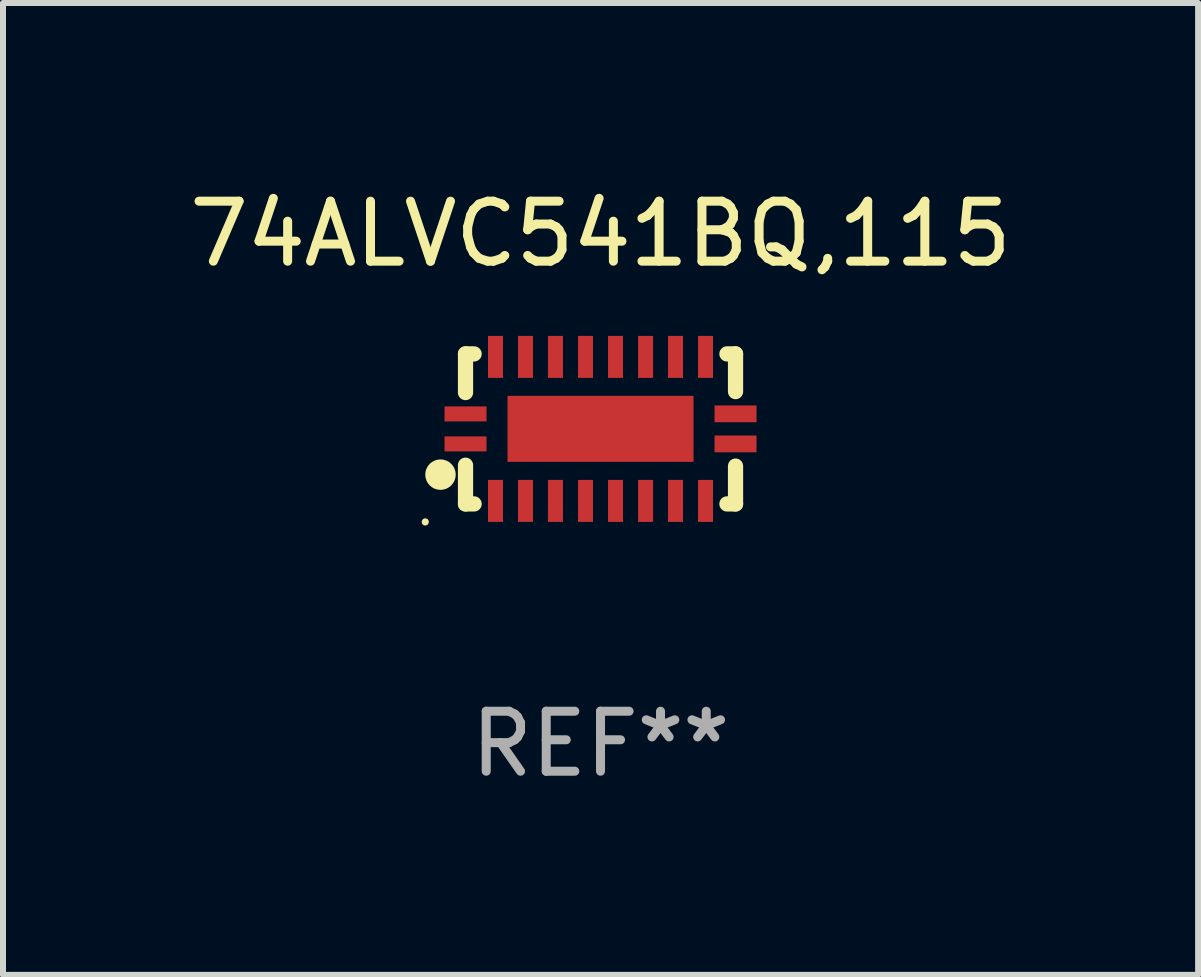
<source format=kicad_pcb>
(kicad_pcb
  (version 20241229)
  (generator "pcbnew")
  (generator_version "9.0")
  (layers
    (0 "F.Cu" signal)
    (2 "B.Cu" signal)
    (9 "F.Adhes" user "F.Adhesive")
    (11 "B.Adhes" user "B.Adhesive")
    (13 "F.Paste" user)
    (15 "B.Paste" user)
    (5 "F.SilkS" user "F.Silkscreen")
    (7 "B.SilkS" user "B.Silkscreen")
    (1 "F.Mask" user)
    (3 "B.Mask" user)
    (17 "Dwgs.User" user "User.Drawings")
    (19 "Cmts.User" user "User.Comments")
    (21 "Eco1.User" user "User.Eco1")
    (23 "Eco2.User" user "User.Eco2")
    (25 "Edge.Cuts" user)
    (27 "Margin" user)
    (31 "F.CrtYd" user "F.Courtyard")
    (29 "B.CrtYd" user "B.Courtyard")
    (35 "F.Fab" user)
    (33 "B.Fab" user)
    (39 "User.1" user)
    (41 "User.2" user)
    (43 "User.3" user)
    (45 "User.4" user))
  (footprint "74ALVC541BQ,115"
    (layer "F.Cu")
    (at 6.958 4.098)
    (property "Reference" "74ALVC541BQ,115" (at 0 -3.25 0) (layer "F.SilkS") (effects (font (size 1 1) (thickness 0.15))))
    (attr through_hole)
    (fp_line (start -2.25 0.605) (end -2.25 1.25) (stroke (width 0.254) (type solid)) (layer "F.SilkS"))
    (fp_line (start -2.25 1.25) (end -2.107 1.25) (stroke (width 0.254) (type solid)) (layer "F.SilkS"))
    (fp_line (start -2.25 -1.25) (end -2.25 -0.606) (stroke (width 0.254) (type solid)) (layer "F.SilkS"))
    (fp_line (start -2.25 -1.25) (end -2.107 -1.25) (stroke (width 0.254) (type solid)) (layer "F.SilkS"))
    (fp_line (start 2.107 -1.25) (end 2.25 -1.25) (stroke (width 0.254) (type solid)) (layer "F.SilkS"))
    (fp_line (start 2.107 1.25) (end 2.25 1.25) (stroke (width 0.254) (type solid)) (layer "F.SilkS"))
    (fp_line (start 2.25 -1.25) (end 2.25 -0.622) (stroke (width 0.254) (type solid)) (layer "F.SilkS"))
    (fp_line (start 2.25 0.62) (end 2.25 1.25) (stroke (width 0.254) (type solid)) (layer "F.SilkS"))
    (fp_circle (center -2.921 1.55) (end -2.891 1.55) (stroke (width 0.06) (type solid)) (fill no) (layer "F.SilkS"))
    (fp_circle (center -2.667 0.762) (end -2.54 0.762) (stroke (width 0.254) (type solid)) (fill no) (layer "F.SilkS"))
    (fp_text user "REF**" (at 0 5.25 0) (layer "F.Fab") (effects (font (size 1 1) (thickness 0.15))))
    (pad "1" smd rect (at -2.25 0.25 180) (size 0.7 0.25) (layers "F.Cu" "F.Mask" "F.Paste"))
    (pad "2" smd rect (at -1.75 1.2 90) (size 0.7 0.25) (layers "F.Cu" "F.Mask" "F.Paste"))
    (pad "3" smd rect (at -1.25 1.2 90) (size 0.7 0.25) (layers "F.Cu" "F.Mask" "F.Paste"))
    (pad "4" smd rect (at -0.751 1.2 90) (size 0.7 0.25) (layers "F.Cu" "F.Mask" "F.Paste"))
    (pad "5" smd rect (at -0.25 1.2 90) (size 0.7 0.25) (layers "F.Cu" "F.Mask" "F.Paste"))
    (pad "6" smd rect (at 0.25 1.2 90) (size 0.7 0.25) (layers "F.Cu" "F.Mask" "F.Paste"))
    (pad "7" smd rect (at 0.751 1.2 90) (size 0.7 0.25) (layers "F.Cu" "F.Mask" "F.Paste"))
    (pad "8" smd rect (at 1.25 1.2 90) (size 0.7 0.25) (layers "F.Cu" "F.Mask" "F.Paste"))
    (pad "9" smd rect (at 1.75 1.2 90) (size 0.7 0.25) (layers "F.Cu" "F.Mask" "F.Paste"))
    (pad "10" smd rect (at 2.25 0.25 180) (size 0.7 0.28) (layers "F.Cu" "F.Mask" "F.Paste"))
    (pad "11" smd rect (at 2.25 -0.251 180) (size 0.7 0.28) (layers "F.Cu" "F.Mask" "F.Paste"))
    (pad "12" smd rect (at 1.75 -1.2 90) (size 0.7 0.25) (layers "F.Cu" "F.Mask" "F.Paste"))
    (pad "13" smd rect (at 1.25 -1.2 90) (size 0.7 0.25) (layers "F.Cu" "F.Mask" "F.Paste"))
    (pad "14" smd rect (at 0.751 -1.2 90) (size 0.7 0.25) (layers "F.Cu" "F.Mask" "F.Paste"))
    (pad "15" smd rect (at 0.25 -1.2 90) (size 0.7 0.25) (layers "F.Cu" "F.Mask" "F.Paste"))
    (pad "16" smd rect (at -0.25 -1.2 90) (size 0.7 0.25) (layers "F.Cu" "F.Mask" "F.Paste"))
    (pad "17" smd rect (at -0.751 -1.2 90) (size 0.7 0.25) (layers "F.Cu" "F.Mask" "F.Paste"))
    (pad "18" smd rect (at -1.25 -1.2 90) (size 0.7 0.25) (layers "F.Cu" "F.Mask" "F.Paste"))
    (pad "19" smd rect (at -1.75 -1.2 90) (size 0.7 0.25) (layers "F.Cu" "F.Mask" "F.Paste"))
    (pad "20" smd rect (at -2.25 -0.25 180) (size 0.7 0.25) (layers "F.Cu" "F.Mask" "F.Paste"))
    (pad "21" smd rect (at 0 -0.001 180) (size 3.1 1.1) (layers "F.Cu" "F.Mask" "F.Paste")))
  (gr_rect
    (start -3 -3)
    (end 16.917 13.197)
    (stroke (width 0.1) (type default))
    (fill no)
    (layer "Edge.Cuts")))
</source>
